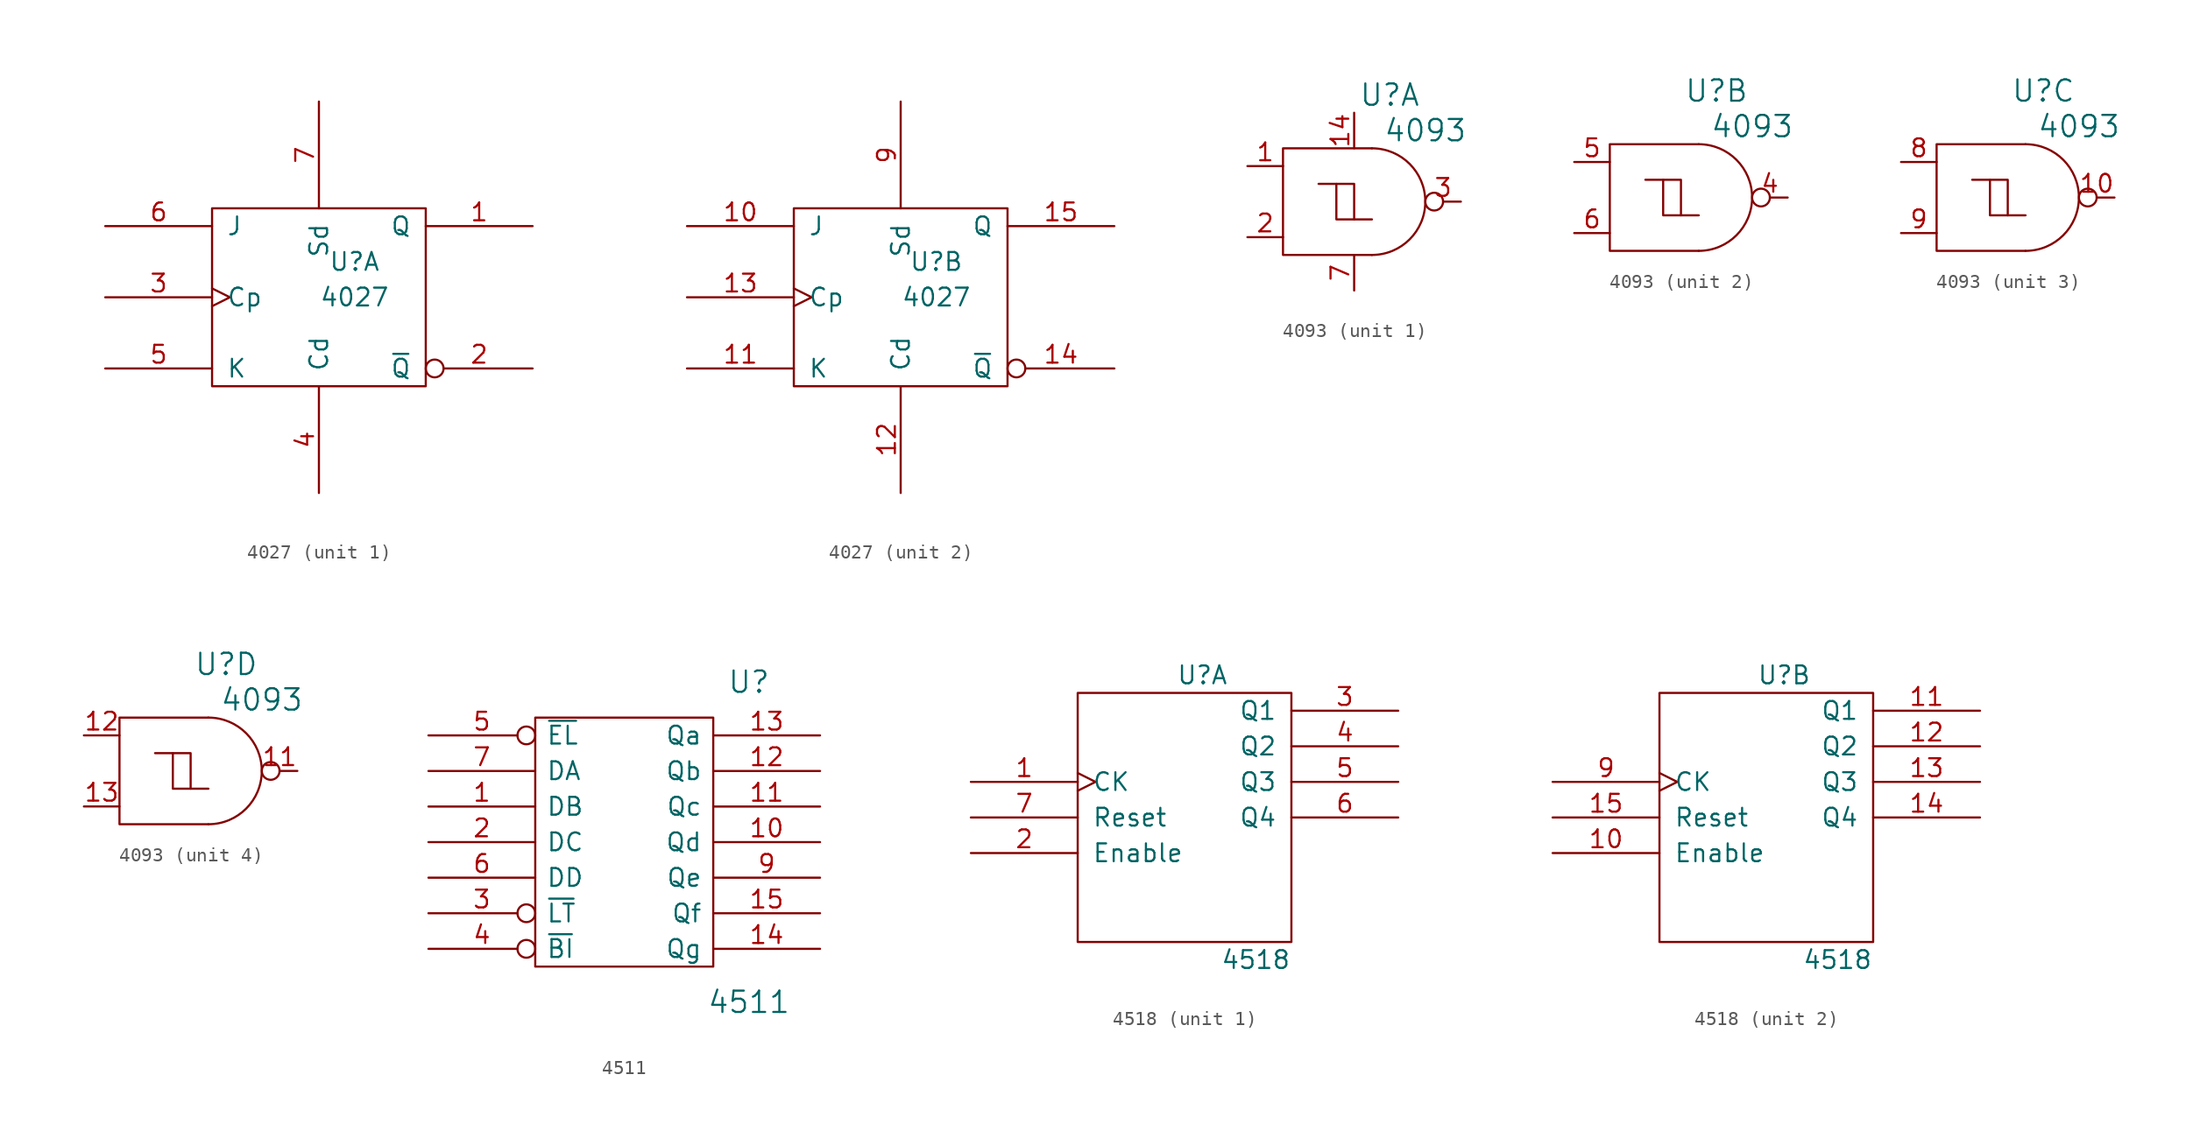
<source format=kicad_sym>
(kicad_symbol_lib
  (version 20220914)
  (generator kicad_symbol_editor)
  (symbol "4027"
    (pin_names
      (offset 1.016))
    (property "Reference" "U"
      (at 2.54 2.54 0)
      (effects (font (size 1.27 1.27))))
    (property "Value" "4027"
      (at 2.54 0 0)
      (effects (font (size 1.27 1.27))))
    (property "Footprint" ""
      (at 0 0 0)
      (effects (font (size 1.524 1.524))))
    (property "Datasheet" ""
      (at 0 0 0)
      (effects (font (size 1.524 1.524))))
    (symbol "4027_0_0"
      (pin power_in line (at -5.08 6.35 270) (length 0) hide (name "VDD" (effects (font (size 0.762 0.762)))) (number "16" (effects (font (size 1.27 1.27)))))
      (pin power_in line (at -5.08 -6.35 90) (length 0) hide (name "VSS" (effects (font (size 0.762 0.762)))) (number "8" (effects (font (size 1.27 1.27))))))
    (symbol "4027_0_1"
      (rectangle (start -7.62 6.35) (end 7.62 -6.35) (stroke (width 0) (type solid)) (fill (type none))))
    (symbol "4027_1_1"
      (pin output line (at 15.24 5.08 180) (length 7.62) (name "Q" (effects (font (size 1.27 1.27)))) (number "1" (effects (font (size 1.27 1.27)))))
      (pin output inverted (at 15.24 -5.08 180) (length 7.62) (name "~{Q}" (effects (font (size 1.27 1.27)))) (number "2" (effects (font (size 1.27 1.27)))))
      (pin input clock (at -15.24 0 0) (length 7.62) (name "Cp" (effects (font (size 1.27 1.27)))) (number "3" (effects (font (size 1.27 1.27)))))
      (pin input line (at 0 -13.97 90) (length 7.62) (name "Cd" (effects (font (size 1.27 1.27)))) (number "4" (effects (font (size 1.27 1.27)))))
      (pin input line (at -15.24 -5.08 0) (length 7.62) (name "K" (effects (font (size 1.27 1.27)))) (number "5" (effects (font (size 1.27 1.27)))))
      (pin input line (at -15.24 5.08 0) (length 7.62) (name "J" (effects (font (size 1.27 1.27)))) (number "6" (effects (font (size 1.27 1.27)))))
      (pin output line (at 0 13.97 270) (length 7.62) (name "Sd" (effects (font (size 1.27 1.27)))) (number "7" (effects (font (size 1.27 1.27))))))
    (symbol "4027_2_1"
      (pin input line (at -15.24 5.08 0) (length 7.62) (name "J" (effects (font (size 1.27 1.27)))) (number "10" (effects (font (size 1.27 1.27)))))
      (pin input line (at -15.24 -5.08 0) (length 7.62) (name "K" (effects (font (size 1.27 1.27)))) (number "11" (effects (font (size 1.27 1.27)))))
      (pin input line (at 0 -13.97 90) (length 7.62) (name "Cd" (effects (font (size 1.27 1.27)))) (number "12" (effects (font (size 1.27 1.27)))))
      (pin input clock (at -15.24 0 0) (length 7.62) (name "Cp" (effects (font (size 1.27 1.27)))) (number "13" (effects (font (size 1.27 1.27)))))
      (pin output inverted (at 15.24 -5.08 180) (length 7.62) (name "~{Q}" (effects (font (size 1.27 1.27)))) (number "14" (effects (font (size 1.27 1.27)))))
      (pin output line (at 15.24 5.08 180) (length 7.62) (name "Q" (effects (font (size 1.27 1.27)))) (number "15" (effects (font (size 1.27 1.27)))))
      (pin output line (at 0 13.97 270) (length 7.62) (name "Sd" (effects (font (size 1.27 1.27)))) (number "9" (effects (font (size 1.27 1.27)))))))
  (symbol "4093"
    (pin_names
      (offset 1.016) hide)
    (property "Reference" "U"
      (at 2.54 7.62 0)
      (effects (font (size 1.524 1.524))))
    (property "Value" "4093"
      (at 5.08 5.08 0)
      (effects (font (size 1.524 1.524))))
    (property "Footprint" ""
      (at 0 0 0)
      (effects (font (size 1.524 1.524))))
    (property "Datasheet" ""
      (at 0 0 0)
      (effects (font (size 1.524 1.524))))
    (symbol "4093_0_1"
      (rectangle (start -1.27 1.27) (end 0 -1.27) (stroke (width 0) (type solid)) (fill (type none)))
      (polyline (pts (xy -2.54 1.27) (xy -1.27 1.27) (xy -1.27 1.27)) (stroke (width 0) (type solid)) (fill (type none)))
      (polyline (pts (xy 1.27 -1.27) (xy 0 -1.27) (xy 0 -1.27)) (stroke (width 0) (type solid)) (fill (type none)))
      (polyline (pts (xy 1.27 3.81) (xy -5.08 3.81) (xy -5.08 -3.81) (xy 1.27 -3.81) (xy 1.27 -3.81)) (stroke (width 0) (type solid)) (fill (type none)))
      (arc (start 1.27 -3.81) (mid 5.0634 0) (end 1.27 3.81) (stroke (width 0) (type solid)) (fill (type none))))
    (symbol "4093_1_1"
      (pin passive line (at -7.62 2.54 0) (length 2.54) (name "1A" (effects (font (size 1.27 1.27)))) (number "1" (effects (font (size 1.27 1.27)))))
      (pin passive line (at 0 6.35 270) (length 2.54) (name "VDD" (effects (font (size 1.27 1.27)))) (number "14" (effects (font (size 1.27 1.27)))))
      (pin passive line (at -7.62 -2.54 0) (length 2.54) (name "1B" (effects (font (size 1.27 1.27)))) (number "2" (effects (font (size 1.27 1.27)))))
      (pin passive inverted (at 7.62 0 180) (length 2.54) (name "1Y" (effects (font (size 1.27 1.27)))) (number "3" (effects (font (size 1.27 1.27)))))
      (pin passive line (at 0 -6.35 90) (length 2.54) (name "VSS" (effects (font (size 1.27 1.27)))) (number "7" (effects (font (size 1.27 1.27))))))
    (symbol "4093_2_1"
      (pin passive inverted (at 7.62 0 180) (length 2.54) (name "2Y" (effects (font (size 1.27 1.27)))) (number "4" (effects (font (size 1.27 1.27)))))
      (pin passive line (at -7.62 2.54 0) (length 2.54) (name "2A" (effects (font (size 1.27 1.27)))) (number "5" (effects (font (size 1.27 1.27)))))
      (pin passive line (at -7.62 -2.54 0) (length 2.54) (name "2B" (effects (font (size 1.27 1.27)))) (number "6" (effects (font (size 1.27 1.27))))))
    (symbol "4093_3_1"
      (pin passive inverted (at 7.62 0 180) (length 2.54) (name "3Y" (effects (font (size 1.27 1.27)))) (number "10" (effects (font (size 1.27 1.27)))))
      (pin passive line (at -7.62 2.54 0) (length 2.54) (name "3A" (effects (font (size 1.27 1.27)))) (number "8" (effects (font (size 1.27 1.27)))))
      (pin passive line (at -7.62 -2.54 0) (length 2.54) (name "3B" (effects (font (size 1.27 1.27)))) (number "9" (effects (font (size 1.27 1.27))))))
    (symbol "4093_4_1"
      (pin passive inverted (at 7.62 0 180) (length 2.54) (name "4Y" (effects (font (size 1.27 1.27)))) (number "11" (effects (font (size 1.27 1.27)))))
      (pin passive line (at -7.62 2.54 0) (length 2.54) (name "4A" (effects (font (size 1.27 1.27)))) (number "12" (effects (font (size 1.27 1.27)))))
      (pin passive line (at -7.62 -2.54 0) (length 2.54) (name "4B" (effects (font (size 1.27 1.27)))) (number "13" (effects (font (size 1.27 1.27)))))))
  (symbol "4511"
    (pin_names
      (offset 0.762))
    (property "Reference" "U"
      (at 8.89 11.43 0)
      (effects (font (size 1.524 1.524))))
    (property "Value" "4511"
      (at 8.89 -11.43 0)
      (effects (font (size 1.524 1.524))))
    (property "Footprint" ""
      (at 0 0 0)
      (effects (font (size 1.524 1.524))))
    (property "Datasheet" ""
      (at 0 0 0)
      (effects (font (size 1.524 1.524))))
    (symbol "4511_0_1"
      (rectangle (start -6.35 8.89) (end 6.35 -8.89) (stroke (width 0) (type solid)) (fill (type none))))
    (symbol "4511_1_1"
      (pin input line (at -13.97 2.54 0) (length 7.62) (name "DB" (effects (font (size 1.27 1.27)))) (number "1" (effects (font (size 1.27 1.27)))))
      (pin output line (at 13.97 0 180) (length 7.62) (name "Qd" (effects (font (size 1.27 1.27)))) (number "10" (effects (font (size 1.27 1.27)))))
      (pin output line (at 13.97 2.54 180) (length 7.62) (name "Qc" (effects (font (size 1.27 1.27)))) (number "11" (effects (font (size 1.27 1.27)))))
      (pin output line (at 13.97 5.08 180) (length 7.62) (name "Qb" (effects (font (size 1.27 1.27)))) (number "12" (effects (font (size 1.27 1.27)))))
      (pin output line (at 13.97 7.62 180) (length 7.62) (name "Qa" (effects (font (size 1.27 1.27)))) (number "13" (effects (font (size 1.27 1.27)))))
      (pin output line (at 13.97 -7.62 180) (length 7.62) (name "Qg" (effects (font (size 1.27 1.27)))) (number "14" (effects (font (size 1.27 1.27)))))
      (pin output line (at 13.97 -5.08 180) (length 7.62) (name "Qf" (effects (font (size 1.27 1.27)))) (number "15" (effects (font (size 1.27 1.27)))))
      (pin power_in line (at 0 8.89 270) (length 0) hide (name "Vdd" (effects (font (size 1.27 1.27)))) (number "16" (effects (font (size 1.27 1.27)))))
      (pin input line (at -13.97 0 0) (length 7.62) (name "DC" (effects (font (size 1.27 1.27)))) (number "2" (effects (font (size 1.27 1.27)))))
      (pin input inverted (at -13.97 -5.08 0) (length 7.62) (name "~{LT}" (effects (font (size 1.27 1.27)))) (number "3" (effects (font (size 1.27 1.27)))))
      (pin input inverted (at -13.97 -7.62 0) (length 7.62) (name "~{BI}" (effects (font (size 1.27 1.27)))) (number "4" (effects (font (size 1.27 1.27)))))
      (pin input inverted (at -13.97 7.62 0) (length 7.62) (name "~{EL}" (effects (font (size 1.27 1.27)))) (number "5" (effects (font (size 1.27 1.27)))))
      (pin input line (at -13.97 -2.54 0) (length 7.62) (name "DD" (effects (font (size 1.27 1.27)))) (number "6" (effects (font (size 1.27 1.27)))))
      (pin input line (at -13.97 5.08 0) (length 7.62) (name "DA" (effects (font (size 1.27 1.27)))) (number "7" (effects (font (size 1.27 1.27)))))
      (pin power_in line (at 0 -8.89 90) (length 0) hide (name "Vss" (effects (font (size 1.27 1.27)))) (number "8" (effects (font (size 1.27 1.27)))))
      (pin output line (at 13.97 -2.54 180) (length 7.62) (name "Qe" (effects (font (size 1.27 1.27)))) (number "9" (effects (font (size 1.27 1.27)))))))
  (symbol "4518"
    (pin_names
      (offset 1.016))
    (property "Reference" "U"
      (at 1.27 11.43 0)
      (effects (font (size 1.27 1.27))))
    (property "Value" "4518"
      (at 5.08 -8.89 0)
      (effects (font (size 1.27 1.27))))
    (property "Footprint" ""
      (at 0 0 0)
      (effects (font (size 1.524 1.524))))
    (property "Datasheet" ""
      (at 0 0 0)
      (effects (font (size 1.524 1.524))))
    (symbol "4518_0_1"
      (rectangle (start -7.62 10.16) (end 7.62 -7.62) (stroke (width 0) (type solid)) (fill (type none))))
    (symbol "4518_1_1"
      (pin input clock (at -15.24 3.81 0) (length 7.62) (name "CK" (effects (font (size 1.27 1.27)))) (number "1" (effects (font (size 1.27 1.27)))))
      (pin power_in line (at -3.81 10.16 270) (length 0) hide (name "VDD" (effects (font (size 1.016 1.016)))) (number "16" (effects (font (size 1.016 1.016)))))
      (pin input line (at -15.24 -1.27 0) (length 7.62) (name "Enable" (effects (font (size 1.27 1.27)))) (number "2" (effects (font (size 1.27 1.27)))))
      (pin output line (at 15.24 8.89 180) (length 7.62) (name "Q1" (effects (font (size 1.27 1.27)))) (number "3" (effects (font (size 1.27 1.27)))))
      (pin output line (at 15.24 6.35 180) (length 7.62) (name "Q2" (effects (font (size 1.27 1.27)))) (number "4" (effects (font (size 1.27 1.27)))))
      (pin output line (at 15.24 3.81 180) (length 7.62) (name "Q3" (effects (font (size 1.27 1.27)))) (number "5" (effects (font (size 1.27 1.27)))))
      (pin output line (at 15.24 1.27 180) (length 7.62) (name "Q4" (effects (font (size 1.27 1.27)))) (number "6" (effects (font (size 1.27 1.27)))))
      (pin input line (at -15.24 1.27 0) (length 7.62) (name "Reset" (effects (font (size 1.27 1.27)))) (number "7" (effects (font (size 1.27 1.27)))))
      (pin power_in line (at -3.81 -7.62 90) (length 0) hide (name "VSS" (effects (font (size 1.016 1.016)))) (number "8" (effects (font (size 1.016 1.016))))))
    (symbol "4518_2_1"
      (pin input line (at -15.24 -1.27 0) (length 7.62) (name "Enable" (effects (font (size 1.27 1.27)))) (number "10" (effects (font (size 1.27 1.27)))))
      (pin output line (at 15.24 8.89 180) (length 7.62) (name "Q1" (effects (font (size 1.27 1.27)))) (number "11" (effects (font (size 1.27 1.27)))))
      (pin output line (at 15.24 6.35 180) (length 7.62) (name "Q2" (effects (font (size 1.27 1.27)))) (number "12" (effects (font (size 1.27 1.27)))))
      (pin output line (at 15.24 3.81 180) (length 7.62) (name "Q3" (effects (font (size 1.27 1.27)))) (number "13" (effects (font (size 1.27 1.27)))))
      (pin output line (at 15.24 1.27 180) (length 7.62) (name "Q4" (effects (font (size 1.27 1.27)))) (number "14" (effects (font (size 1.27 1.27)))))
      (pin input line (at -15.24 1.27 0) (length 7.62) (name "Reset" (effects (font (size 1.27 1.27)))) (number "15" (effects (font (size 1.27 1.27)))))
      (pin power_in line (at -3.81 10.16 270) (length 0) hide (name "VDD" (effects (font (size 1.016 1.016)))) (number "16" (effects (font (size 1.016 1.016)))))
      (pin power_in line (at -3.81 -7.62 90) (length 0) hide (name "VSS" (effects (font (size 1.016 1.016)))) (number "8" (effects (font (size 1.016 1.016)))))
      (pin input clock (at -15.24 3.81 0) (length 7.62) (name "CK" (effects (font (size 1.27 1.27)))) (number "9" (effects (font (size 1.27 1.27))))))))
</source>
